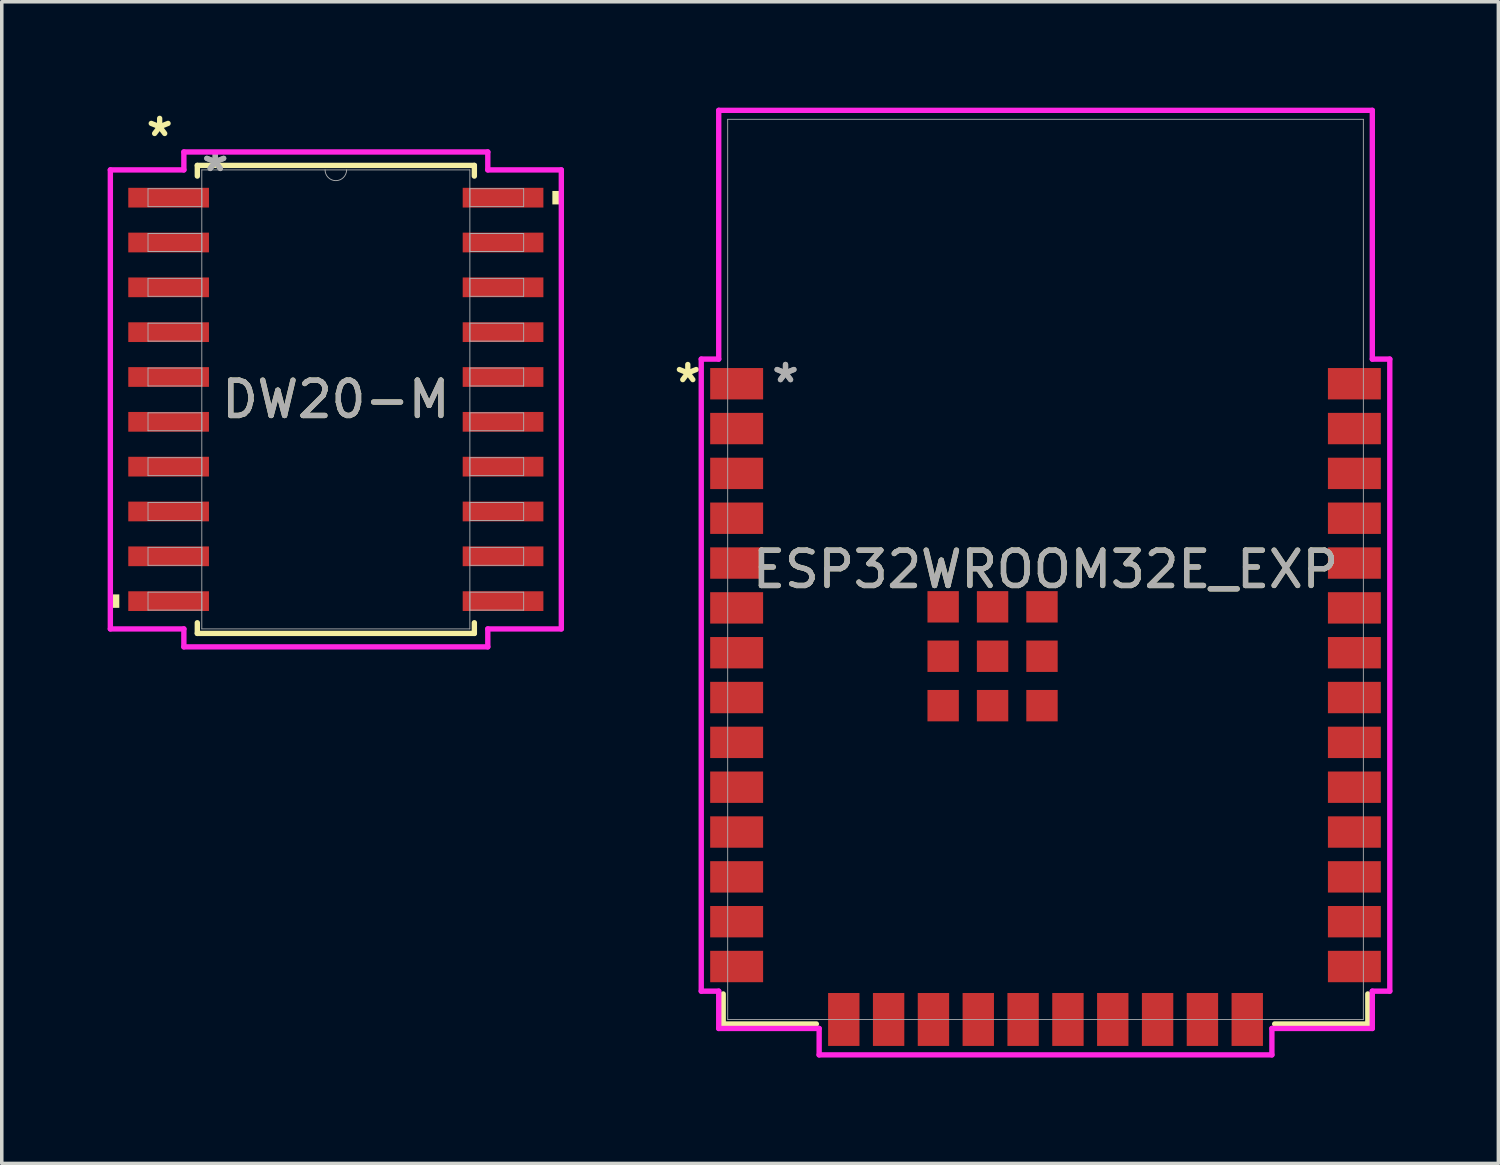
<source format=kicad_pcb>
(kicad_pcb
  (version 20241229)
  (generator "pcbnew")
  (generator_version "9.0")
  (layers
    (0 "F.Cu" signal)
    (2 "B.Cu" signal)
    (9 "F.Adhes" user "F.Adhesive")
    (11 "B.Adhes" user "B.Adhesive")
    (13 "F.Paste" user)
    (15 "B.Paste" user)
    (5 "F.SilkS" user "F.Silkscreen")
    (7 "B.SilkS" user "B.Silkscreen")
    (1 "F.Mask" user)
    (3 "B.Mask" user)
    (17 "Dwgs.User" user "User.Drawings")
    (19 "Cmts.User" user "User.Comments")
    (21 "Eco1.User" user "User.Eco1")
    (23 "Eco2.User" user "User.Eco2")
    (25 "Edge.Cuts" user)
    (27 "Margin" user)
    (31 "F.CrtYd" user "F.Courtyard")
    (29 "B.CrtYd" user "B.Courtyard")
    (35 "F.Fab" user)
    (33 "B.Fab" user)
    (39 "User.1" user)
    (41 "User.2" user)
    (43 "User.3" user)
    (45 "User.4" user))
  (footprint "DW20-M"
    (layer "F.Cu")
    (at 6.464 8.265)
    (property "Reference" "DW20-M" (at 0 0 0) (unlocked yes) (layer "F.SilkS") (effects (font (size 1 1) (thickness 0.15))))
    (attr smd)
    (fp_line (start -3.924 -6.629) (end -3.924 -6.327) (stroke (width 0.152) (type solid)) (layer "F.SilkS"))
    (fp_line (start -3.924 6.327) (end -3.924 6.629) (stroke (width 0.152) (type solid)) (layer "F.SilkS"))
    (fp_line (start -3.924 6.629) (end 3.924 6.629) (stroke (width 0.152) (type solid)) (layer "F.SilkS"))
    (fp_line (start 3.924 -6.629) (end -3.924 -6.629) (stroke (width 0.152) (type solid)) (layer "F.SilkS"))
    (fp_line (start 3.924 -6.327) (end 3.924 -6.629) (stroke (width 0.152) (type solid)) (layer "F.SilkS"))
    (fp_line (start 3.924 6.629) (end 3.924 6.327) (stroke (width 0.152) (type solid)) (layer "F.SilkS"))
    (fp_poly (pts (xy -6.388 5.524) (xy -6.388 5.905) (xy -6.134 5.905) (xy -6.134 5.524)) (stroke (width 0) (type solid)) (fill yes) (layer "F.SilkS"))
    (fp_poly (pts (xy 6.388 -5.905) (xy 6.388 -5.524) (xy 6.134 -5.524) (xy 6.134 -5.905)) (stroke (width 0) (type solid)) (fill yes) (layer "F.SilkS"))
    (fp_line (start -6.388 -6.502) (end -4.305 -6.502) (stroke (width 0.152) (type solid)) (layer "F.CrtYd"))
    (fp_line (start -6.388 6.502) (end -6.388 -6.502) (stroke (width 0.152) (type solid)) (layer "F.CrtYd"))
    (fp_line (start -6.388 6.502) (end -4.305 6.502) (stroke (width 0.152) (type solid)) (layer "F.CrtYd"))
    (fp_line (start -4.305 -7.01) (end 4.305 -7.01) (stroke (width 0.152) (type solid)) (layer "F.CrtYd"))
    (fp_line (start -4.305 -6.502) (end -4.305 -7.01) (stroke (width 0.152) (type solid)) (layer "F.CrtYd"))
    (fp_line (start -4.305 7.01) (end -4.305 6.502) (stroke (width 0.152) (type solid)) (layer "F.CrtYd"))
    (fp_line (start 4.305 -7.01) (end 4.305 -6.502) (stroke (width 0.152) (type solid)) (layer "F.CrtYd"))
    (fp_line (start 4.305 6.502) (end 4.305 7.01) (stroke (width 0.152) (type solid)) (layer "F.CrtYd"))
    (fp_line (start 4.305 7.01) (end -4.305 7.01) (stroke (width 0.152) (type solid)) (layer "F.CrtYd"))
    (fp_line (start 6.388 -6.502) (end 4.305 -6.502) (stroke (width 0.152) (type solid)) (layer "F.CrtYd"))
    (fp_line (start 6.388 -6.502) (end 6.388 6.502) (stroke (width 0.152) (type solid)) (layer "F.CrtYd"))
    (fp_line (start 6.388 6.502) (end 4.305 6.502) (stroke (width 0.152) (type solid)) (layer "F.CrtYd"))
    (fp_line (start -5.321 -5.969) (end -5.321 -5.461) (stroke (width 0.025) (type solid)) (layer "F.Fab"))
    (fp_line (start -5.321 -5.461) (end -3.797 -5.461) (stroke (width 0.025) (type solid)) (layer "F.Fab"))
    (fp_line (start -5.321 -4.699) (end -5.321 -4.191) (stroke (width 0.025) (type solid)) (layer "F.Fab"))
    (fp_line (start -5.321 -4.191) (end -3.797 -4.191) (stroke (width 0.025) (type solid)) (layer "F.Fab"))
    (fp_line (start -5.321 -3.429) (end -5.321 -2.921) (stroke (width 0.025) (type solid)) (layer "F.Fab"))
    (fp_line (start -5.321 -2.921) (end -3.797 -2.921) (stroke (width 0.025) (type solid)) (layer "F.Fab"))
    (fp_line (start -5.321 -2.159) (end -5.321 -1.651) (stroke (width 0.025) (type solid)) (layer "F.Fab"))
    (fp_line (start -5.321 -1.651) (end -3.797 -1.651) (stroke (width 0.025) (type solid)) (layer "F.Fab"))
    (fp_line (start -5.321 -0.889) (end -5.321 -0.381) (stroke (width 0.025) (type solid)) (layer "F.Fab"))
    (fp_line (start -5.321 -0.381) (end -3.797 -0.381) (stroke (width 0.025) (type solid)) (layer "F.Fab"))
    (fp_line (start -5.321 0.381) (end -5.321 0.889) (stroke (width 0.025) (type solid)) (layer "F.Fab"))
    (fp_line (start -5.321 0.889) (end -3.797 0.889) (stroke (width 0.025) (type solid)) (layer "F.Fab"))
    (fp_line (start -5.321 1.651) (end -5.321 2.159) (stroke (width 0.025) (type solid)) (layer "F.Fab"))
    (fp_line (start -5.321 2.159) (end -3.797 2.159) (stroke (width 0.025) (type solid)) (layer "F.Fab"))
    (fp_line (start -5.321 2.921) (end -5.321 3.429) (stroke (width 0.025) (type solid)) (layer "F.Fab"))
    (fp_line (start -5.321 3.429) (end -3.797 3.429) (stroke (width 0.025) (type solid)) (layer "F.Fab"))
    (fp_line (start -5.321 4.191) (end -5.321 4.699) (stroke (width 0.025) (type solid)) (layer "F.Fab"))
    (fp_line (start -5.321 4.699) (end -3.797 4.699) (stroke (width 0.025) (type solid)) (layer "F.Fab"))
    (fp_line (start -5.321 5.461) (end -5.321 5.969) (stroke (width 0.025) (type solid)) (layer "F.Fab"))
    (fp_line (start -5.321 5.969) (end -3.797 5.969) (stroke (width 0.025) (type solid)) (layer "F.Fab"))
    (fp_line (start -3.797 -6.502) (end -3.797 6.502) (stroke (width 0.025) (type solid)) (layer "F.Fab"))
    (fp_line (start -3.797 -5.969) (end -5.321 -5.969) (stroke (width 0.025) (type solid)) (layer "F.Fab"))
    (fp_line (start -3.797 -5.461) (end -3.797 -5.969) (stroke (width 0.025) (type solid)) (layer "F.Fab"))
    (fp_line (start -3.797 -4.699) (end -5.321 -4.699) (stroke (width 0.025) (type solid)) (layer "F.Fab"))
    (fp_line (start -3.797 -4.191) (end -3.797 -4.699) (stroke (width 0.025) (type solid)) (layer "F.Fab"))
    (fp_line (start -3.797 -3.429) (end -5.321 -3.429) (stroke (width 0.025) (type solid)) (layer "F.Fab"))
    (fp_line (start -3.797 -2.921) (end -3.797 -3.429) (stroke (width 0.025) (type solid)) (layer "F.Fab"))
    (fp_line (start -3.797 -2.159) (end -5.321 -2.159) (stroke (width 0.025) (type solid)) (layer "F.Fab"))
    (fp_line (start -3.797 -1.651) (end -3.797 -2.159) (stroke (width 0.025) (type solid)) (layer "F.Fab"))
    (fp_line (start -3.797 -0.889) (end -5.321 -0.889) (stroke (width 0.025) (type solid)) (layer "F.Fab"))
    (fp_line (start -3.797 -0.381) (end -3.797 -0.889) (stroke (width 0.025) (type solid)) (layer "F.Fab"))
    (fp_line (start -3.797 0.381) (end -5.321 0.381) (stroke (width 0.025) (type solid)) (layer "F.Fab"))
    (fp_line (start -3.797 0.889) (end -3.797 0.381) (stroke (width 0.025) (type solid)) (layer "F.Fab"))
    (fp_line (start -3.797 1.651) (end -5.321 1.651) (stroke (width 0.025) (type solid)) (layer "F.Fab"))
    (fp_line (start -3.797 2.159) (end -3.797 1.651) (stroke (width 0.025) (type solid)) (layer "F.Fab"))
    (fp_line (start -3.797 2.921) (end -5.321 2.921) (stroke (width 0.025) (type solid)) (layer "F.Fab"))
    (fp_line (start -3.797 3.429) (end -3.797 2.921) (stroke (width 0.025) (type solid)) (layer "F.Fab"))
    (fp_line (start -3.797 4.191) (end -5.321 4.191) (stroke (width 0.025) (type solid)) (layer "F.Fab"))
    (fp_line (start -3.797 4.699) (end -3.797 4.191) (stroke (width 0.025) (type solid)) (layer "F.Fab"))
    (fp_line (start -3.797 5.461) (end -5.321 5.461) (stroke (width 0.025) (type solid)) (layer "F.Fab"))
    (fp_line (start -3.797 5.969) (end -3.797 5.461) (stroke (width 0.025) (type solid)) (layer "F.Fab"))
    (fp_line (start -3.797 6.502) (end 3.797 6.502) (stroke (width 0.025) (type solid)) (layer "F.Fab"))
    (fp_line (start 3.797 -6.502) (end -3.797 -6.502) (stroke (width 0.025) (type solid)) (layer "F.Fab"))
    (fp_line (start 3.797 -5.969) (end 3.797 -5.461) (stroke (width 0.025) (type solid)) (layer "F.Fab"))
    (fp_line (start 3.797 -5.461) (end 5.321 -5.461) (stroke (width 0.025) (type solid)) (layer "F.Fab"))
    (fp_line (start 3.797 -4.699) (end 3.797 -4.191) (stroke (width 0.025) (type solid)) (layer "F.Fab"))
    (fp_line (start 3.797 -4.191) (end 5.321 -4.191) (stroke (width 0.025) (type solid)) (layer "F.Fab"))
    (fp_line (start 3.797 -3.429) (end 3.797 -2.921) (stroke (width 0.025) (type solid)) (layer "F.Fab"))
    (fp_line (start 3.797 -2.921) (end 5.321 -2.921) (stroke (width 0.025) (type solid)) (layer "F.Fab"))
    (fp_line (start 3.797 -2.159) (end 3.797 -1.651) (stroke (width 0.025) (type solid)) (layer "F.Fab"))
    (fp_line (start 3.797 -1.651) (end 5.321 -1.651) (stroke (width 0.025) (type solid)) (layer "F.Fab"))
    (fp_line (start 3.797 -0.889) (end 3.797 -0.381) (stroke (width 0.025) (type solid)) (layer "F.Fab"))
    (fp_line (start 3.797 -0.381) (end 5.321 -0.381) (stroke (width 0.025) (type solid)) (layer "F.Fab"))
    (fp_line (start 3.797 0.381) (end 3.797 0.889) (stroke (width 0.025) (type solid)) (layer "F.Fab"))
    (fp_line (start 3.797 0.889) (end 5.321 0.889) (stroke (width 0.025) (type solid)) (layer "F.Fab"))
    (fp_line (start 3.797 1.651) (end 3.797 2.159) (stroke (width 0.025) (type solid)) (layer "F.Fab"))
    (fp_line (start 3.797 2.159) (end 5.321 2.159) (stroke (width 0.025) (type solid)) (layer "F.Fab"))
    (fp_line (start 3.797 2.921) (end 3.797 3.429) (stroke (width 0.025) (type solid)) (layer "F.Fab"))
    (fp_line (start 3.797 3.429) (end 5.321 3.429) (stroke (width 0.025) (type solid)) (layer "F.Fab"))
    (fp_line (start 3.797 4.191) (end 3.797 4.699) (stroke (width 0.025) (type solid)) (layer "F.Fab"))
    (fp_line (start 3.797 4.699) (end 5.321 4.699) (stroke (width 0.025) (type solid)) (layer "F.Fab"))
    (fp_line (start 3.797 5.461) (end 3.797 5.969) (stroke (width 0.025) (type solid)) (layer "F.Fab"))
    (fp_line (start 3.797 5.969) (end 5.321 5.969) (stroke (width 0.025) (type solid)) (layer "F.Fab"))
    (fp_line (start 3.797 6.502) (end 3.797 -6.502) (stroke (width 0.025) (type solid)) (layer "F.Fab"))
    (fp_line (start 5.321 -5.969) (end 3.797 -5.969) (stroke (width 0.025) (type solid)) (layer "F.Fab"))
    (fp_line (start 5.321 -5.461) (end 5.321 -5.969) (stroke (width 0.025) (type solid)) (layer "F.Fab"))
    (fp_line (start 5.321 -4.699) (end 3.797 -4.699) (stroke (width 0.025) (type solid)) (layer "F.Fab"))
    (fp_line (start 5.321 -4.191) (end 5.321 -4.699) (stroke (width 0.025) (type solid)) (layer "F.Fab"))
    (fp_line (start 5.321 -3.429) (end 3.797 -3.429) (stroke (width 0.025) (type solid)) (layer "F.Fab"))
    (fp_line (start 5.321 -2.921) (end 5.321 -3.429) (stroke (width 0.025) (type solid)) (layer "F.Fab"))
    (fp_line (start 5.321 -2.159) (end 3.797 -2.159) (stroke (width 0.025) (type solid)) (layer "F.Fab"))
    (fp_line (start 5.321 -1.651) (end 5.321 -2.159) (stroke (width 0.025) (type solid)) (layer "F.Fab"))
    (fp_line (start 5.321 -0.889) (end 3.797 -0.889) (stroke (width 0.025) (type solid)) (layer "F.Fab"))
    (fp_line (start 5.321 -0.381) (end 5.321 -0.889) (stroke (width 0.025) (type solid)) (layer "F.Fab"))
    (fp_line (start 5.321 0.381) (end 3.797 0.381) (stroke (width 0.025) (type solid)) (layer "F.Fab"))
    (fp_line (start 5.321 0.889) (end 5.321 0.381) (stroke (width 0.025) (type solid)) (layer "F.Fab"))
    (fp_line (start 5.321 1.651) (end 3.797 1.651) (stroke (width 0.025) (type solid)) (layer "F.Fab"))
    (fp_line (start 5.321 2.159) (end 5.321 1.651) (stroke (width 0.025) (type solid)) (layer "F.Fab"))
    (fp_line (start 5.321 2.921) (end 3.797 2.921) (stroke (width 0.025) (type solid)) (layer "F.Fab"))
    (fp_line (start 5.321 3.429) (end 5.321 2.921) (stroke (width 0.025) (type solid)) (layer "F.Fab"))
    (fp_line (start 5.321 4.191) (end 3.797 4.191) (stroke (width 0.025) (type solid)) (layer "F.Fab"))
    (fp_line (start 5.321 4.699) (end 5.321 4.191) (stroke (width 0.025) (type solid)) (layer "F.Fab"))
    (fp_line (start 5.321 5.461) (end 3.797 5.461) (stroke (width 0.025) (type solid)) (layer "F.Fab"))
    (fp_line (start 5.321 5.969) (end 5.321 5.461) (stroke (width 0.025) (type solid)) (layer "F.Fab"))
    (fp_arc (start 0.3048 -6.5024) (mid 0 -6.1976) (end -0.3048 -6.5024) (stroke (width 0.0254) (type solid)) (layer "F.Fab"))
    (fp_text user "*" (at -4.991 -7.417 0) (unlocked yes) (layer "F.SilkS") (effects (font (size 1 1) (thickness 0.15))))
    (fp_text user "${REFERENCE}" (at 0 0 0) (unlocked yes) (layer "F.Fab") (effects (font (size 1 1) (thickness 0.15))))
    (fp_text user "*" (at -3.416 -6.426 0) (unlocked yes) (layer "F.Fab") (effects (font (size 1 1) (thickness 0.15))))
    (fp_text user "*" (at -3.416 -6.426 0) (layer "F.Fab") (effects (font (size 1 1) (thickness 0.15))))
    (pad "1" smd rect (at -4.737 -5.715) (size 2.286 0.559) (layers "F.Cu" "F.Mask" "F.Paste"))
    (pad "2" smd rect (at -4.737 -4.445) (size 2.286 0.559) (layers "F.Cu" "F.Mask" "F.Paste"))
    (pad "3" smd rect (at -4.737 -3.175) (size 2.286 0.559) (layers "F.Cu" "F.Mask" "F.Paste"))
    (pad "4" smd rect (at -4.737 -1.905) (size 2.286 0.559) (layers "F.Cu" "F.Mask" "F.Paste"))
    (pad "5" smd rect (at -4.737 -0.635) (size 2.286 0.559) (layers "F.Cu" "F.Mask" "F.Paste"))
    (pad "6" smd rect (at -4.737 0.635) (size 2.286 0.559) (layers "F.Cu" "F.Mask" "F.Paste"))
    (pad "7" smd rect (at -4.737 1.905) (size 2.286 0.559) (layers "F.Cu" "F.Mask" "F.Paste"))
    (pad "8" smd rect (at -4.737 3.175) (size 2.286 0.559) (layers "F.Cu" "F.Mask" "F.Paste"))
    (pad "9" smd rect (at -4.737 4.445) (size 2.286 0.559) (layers "F.Cu" "F.Mask" "F.Paste"))
    (pad "10" smd rect (at -4.737 5.715) (size 2.286 0.559) (layers "F.Cu" "F.Mask" "F.Paste"))
    (pad "11" smd rect (at 4.737 5.715) (size 2.286 0.559) (layers "F.Cu" "F.Mask" "F.Paste"))
    (pad "12" smd rect (at 4.737 4.445) (size 2.286 0.559) (layers "F.Cu" "F.Mask" "F.Paste"))
    (pad "13" smd rect (at 4.737 3.175) (size 2.286 0.559) (layers "F.Cu" "F.Mask" "F.Paste"))
    (pad "14" smd rect (at 4.737 1.905) (size 2.286 0.559) (layers "F.Cu" "F.Mask" "F.Paste"))
    (pad "15" smd rect (at 4.737 0.635) (size 2.286 0.559) (layers "F.Cu" "F.Mask" "F.Paste"))
    (pad "16" smd rect (at 4.737 -0.635) (size 2.286 0.559) (layers "F.Cu" "F.Mask" "F.Paste"))
    (pad "17" smd rect (at 4.737 -1.905) (size 2.286 0.559) (layers "F.Cu" "F.Mask" "F.Paste"))
    (pad "18" smd rect (at 4.737 -3.175) (size 2.286 0.559) (layers "F.Cu" "F.Mask" "F.Paste"))
    (pad "19" smd rect (at 4.737 -4.445) (size 2.286 0.559) (layers "F.Cu" "F.Mask" "F.Paste"))
    (pad "20" smd rect (at 4.737 -5.715) (size 2.286 0.559) (layers "F.Cu" "F.Mask" "F.Paste")))
  (footprint "ESP32­WROOM­32E_EXP"
    (layer "F.Cu")
    (at 26.569 13.081)
    (property "Reference" "ESP32­WROOM­32E_EXP" (at 0 0 0) (unlocked yes) (layer "F.SilkS") (effects (font (size 1 1) (thickness 0.15))))
    (attr smd)
    (fp_line (start -9.131 12.878) (end -9.131 12.027) (stroke (width 0.152) (type solid)) (layer "F.SilkS"))
    (fp_line (start -6.492 12.878) (end -9.131 12.878) (stroke (width 0.152) (type solid)) (layer "F.SilkS"))
    (fp_line (start 9.131 12.027) (end 9.131 12.878) (stroke (width 0.152) (type solid)) (layer "F.SilkS"))
    (fp_line (start 9.131 12.878) (end 6.492 12.878) (stroke (width 0.152) (type solid)) (layer "F.SilkS"))
    (fp_poly (pts (xy -9.004 -12.751) (xy -9.004 -6.553) (xy 9.004 -6.553) (xy 9.004 -12.751)) (stroke (width 0.1) (type solid)) (fill no) (layer "Eco2.User"))
    (fp_line (start -9.753 -5.958) (end -9.753 11.948) (stroke (width 0.152) (type solid)) (layer "F.CrtYd"))
    (fp_line (start -9.753 11.948) (end -9.258 11.948) (stroke (width 0.152) (type solid)) (layer "F.CrtYd"))
    (fp_line (start -9.258 -13.005) (end -9.258 -5.958) (stroke (width 0.152) (type solid)) (layer "F.CrtYd"))
    (fp_line (start -9.258 -5.958) (end -9.753 -5.958) (stroke (width 0.152) (type solid)) (layer "F.CrtYd"))
    (fp_line (start -9.258 11.948) (end -9.258 13.005) (stroke (width 0.152) (type solid)) (layer "F.CrtYd"))
    (fp_line (start -9.258 13.005) (end -6.413 13.005) (stroke (width 0.152) (type solid)) (layer "F.CrtYd"))
    (fp_line (start -6.413 13.005) (end -6.413 13.753) (stroke (width 0.152) (type solid)) (layer "F.CrtYd"))
    (fp_line (start -6.413 13.753) (end 6.413 13.753) (stroke (width 0.152) (type solid)) (layer "F.CrtYd"))
    (fp_line (start 6.413 13.005) (end 9.258 13.005) (stroke (width 0.152) (type solid)) (layer "F.CrtYd"))
    (fp_line (start 6.413 13.753) (end 6.413 13.005) (stroke (width 0.152) (type solid)) (layer "F.CrtYd"))
    (fp_line (start 9.258 -13.005) (end -9.258 -13.005) (stroke (width 0.152) (type solid)) (layer "F.CrtYd"))
    (fp_line (start 9.258 -5.958) (end 9.258 -13.005) (stroke (width 0.152) (type solid)) (layer "F.CrtYd"))
    (fp_line (start 9.258 11.948) (end 9.753 11.948) (stroke (width 0.152) (type solid)) (layer "F.CrtYd"))
    (fp_line (start 9.258 13.005) (end 9.258 11.948) (stroke (width 0.152) (type solid)) (layer "F.CrtYd"))
    (fp_line (start 9.753 -5.958) (end 9.258 -5.958) (stroke (width 0.152) (type solid)) (layer "F.CrtYd"))
    (fp_line (start 9.753 11.948) (end 9.753 -5.958) (stroke (width 0.152) (type solid)) (layer "F.CrtYd"))
    (fp_line (start -9.004 -12.751) (end -9.004 12.751) (stroke (width 0.025) (type solid)) (layer "F.Fab"))
    (fp_line (start -9.004 12.751) (end 9.004 12.751) (stroke (width 0.025) (type solid)) (layer "F.Fab"))
    (fp_line (start 9.004 -12.751) (end -9.004 -12.751) (stroke (width 0.025) (type solid)) (layer "F.Fab"))
    (fp_line (start 9.004 12.751) (end 9.004 -12.751) (stroke (width 0.025) (type solid)) (layer "F.Fab"))
    (fp_text user "*" (at -10.134 -5.26 0) (layer "F.SilkS") (effects (font (size 1 1) (thickness 0.15))))
    (fp_text user "${REFERENCE}" (at 0 0 0) (unlocked yes) (layer "F.Fab") (effects (font (size 1 1) (thickness 0.15))))
    (fp_text user "*" (at -7.366 -5.26 0) (unlocked yes) (layer "F.Fab") (effects (font (size 1 1) (thickness 0.15))))
    (fp_text user "*" (at -7.366 -5.26 0) (layer "F.Fab") (effects (font (size 1 1) (thickness 0.15))))
    (pad "1" smd rect (at -8.75 -5.26) (size 1.499 0.889) (layers "F.Cu" "F.Mask" "F.Paste"))
    (pad "2" smd rect (at -8.75 -3.99) (size 1.499 0.889) (layers "F.Cu" "F.Mask" "F.Paste"))
    (pad "3" smd rect (at -8.75 -2.72) (size 1.499 0.889) (layers "F.Cu" "F.Mask" "F.Paste"))
    (pad "4" smd rect (at -8.75 -1.45) (size 1.499 0.889) (layers "F.Cu" "F.Mask" "F.Paste"))
    (pad "5" smd rect (at -8.75 -0.18) (size 1.499 0.889) (layers "F.Cu" "F.Mask" "F.Paste"))
    (pad "6" smd rect (at -8.75 1.09) (size 1.499 0.889) (layers "F.Cu" "F.Mask" "F.Paste"))
    (pad "7" smd rect (at -8.75 2.36) (size 1.499 0.889) (layers "F.Cu" "F.Mask" "F.Paste"))
    (pad "8" smd rect (at -8.75 3.63) (size 1.499 0.889) (layers "F.Cu" "F.Mask" "F.Paste"))
    (pad "9" smd rect (at -8.75 4.9) (size 1.499 0.889) (layers "F.Cu" "F.Mask" "F.Paste"))
    (pad "10" smd rect (at -8.75 6.17) (size 1.499 0.889) (layers "F.Cu" "F.Mask" "F.Paste"))
    (pad "11" smd rect (at -8.75 7.44) (size 1.499 0.889) (layers "F.Cu" "F.Mask" "F.Paste"))
    (pad "12" smd rect (at -8.75 8.71) (size 1.499 0.889) (layers "F.Cu" "F.Mask" "F.Paste"))
    (pad "13" smd rect (at -8.75 9.98) (size 1.499 0.889) (layers "F.Cu" "F.Mask" "F.Paste"))
    (pad "14" smd rect (at -8.75 11.25) (size 1.499 0.889) (layers "F.Cu" "F.Mask" "F.Paste"))
    (pad "15" smd rect (at -5.715 12.75 90) (size 1.499 0.889) (layers "F.Cu" "F.Mask" "F.Paste"))
    (pad "16" smd rect (at -4.445 12.75 90) (size 1.499 0.889) (layers "F.Cu" "F.Mask" "F.Paste"))
    (pad "17" smd rect (at -3.175 12.75 90) (size 1.499 0.889) (layers "F.Cu" "F.Mask" "F.Paste"))
    (pad "18" smd rect (at -1.905 12.75 90) (size 1.499 0.889) (layers "F.Cu" "F.Mask" "F.Paste"))
    (pad "19" smd rect (at -0.635 12.75 90) (size 1.499 0.889) (layers "F.Cu" "F.Mask" "F.Paste"))
    (pad "20" smd rect (at 0.635 12.75 90) (size 1.499 0.889) (layers "F.Cu" "F.Mask" "F.Paste"))
    (pad "21" smd rect (at 1.905 12.75 90) (size 1.499 0.889) (layers "F.Cu" "F.Mask" "F.Paste"))
    (pad "22" smd rect (at 3.175 12.75 90) (size 1.499 0.889) (layers "F.Cu" "F.Mask" "F.Paste"))
    (pad "23" smd rect (at 4.445 12.75 90) (size 1.499 0.889) (layers "F.Cu" "F.Mask" "F.Paste"))
    (pad "24" smd rect (at 5.715 12.75 90) (size 1.499 0.889) (layers "F.Cu" "F.Mask" "F.Paste"))
    (pad "25" smd rect (at 8.75 11.25) (size 1.499 0.889) (layers "F.Cu" "F.Mask" "F.Paste"))
    (pad "26" smd rect (at 8.75 9.98) (size 1.499 0.889) (layers "F.Cu" "F.Mask" "F.Paste"))
    (pad "27" smd rect (at 8.75 8.71) (size 1.499 0.889) (layers "F.Cu" "F.Mask" "F.Paste"))
    (pad "28" smd rect (at 8.75 7.44) (size 1.499 0.889) (layers "F.Cu" "F.Mask" "F.Paste"))
    (pad "29" smd rect (at 8.75 6.17) (size 1.499 0.889) (layers "F.Cu" "F.Mask" "F.Paste"))
    (pad "30" smd rect (at 8.75 4.9) (size 1.499 0.889) (layers "F.Cu" "F.Mask" "F.Paste"))
    (pad "31" smd rect (at 8.75 3.63) (size 1.499 0.889) (layers "F.Cu" "F.Mask" "F.Paste"))
    (pad "32" smd rect (at 8.75 2.36) (size 1.499 0.889) (layers "F.Cu" "F.Mask" "F.Paste"))
    (pad "33" smd rect (at 8.75 1.09) (size 1.499 0.889) (layers "F.Cu" "F.Mask" "F.Paste"))
    (pad "34" smd rect (at 8.75 -0.18) (size 1.499 0.889) (layers "F.Cu" "F.Mask" "F.Paste"))
    (pad "35" smd rect (at 8.75 -1.45) (size 1.499 0.889) (layers "F.Cu" "F.Mask" "F.Paste"))
    (pad "36" smd rect (at 8.75 -2.72) (size 1.499 0.889) (layers "F.Cu" "F.Mask" "F.Paste"))
    (pad "37" smd rect (at 8.75 -3.99) (size 1.499 0.889) (layers "F.Cu" "F.Mask" "F.Paste"))
    (pad "38" smd rect (at 8.75 -5.26) (size 1.499 0.889) (layers "F.Cu" "F.Mask" "F.Paste"))
    (pad "39" smd rect (at -1.5 2.46) (size 0.889 0.889) (layers "F.Cu" "F.Mask" "F.Paste"))
    (pad "40" smd rect (at -2.9 1.06) (size 0.889 0.889) (layers "F.Cu" "F.Mask" "F.Paste"))
    (pad "41" smd rect (at -2.9 2.46) (size 0.889 0.889) (layers "F.Cu" "F.Mask" "F.Paste"))
    (pad "42" smd rect (at -2.9 3.86) (size 0.889 0.889) (layers "F.Cu" "F.Mask" "F.Paste"))
    (pad "43" smd rect (at -1.5 3.86) (size 0.889 0.889) (layers "F.Cu" "F.Mask" "F.Paste"))
    (pad "44" smd rect (at -0.1 3.86) (size 0.889 0.889) (layers "F.Cu" "F.Mask" "F.Paste"))
    (pad "45" smd rect (at -0.1 2.46) (size 0.889 0.889) (layers "F.Cu" "F.Mask" "F.Paste"))
    (pad "46" smd rect (at -0.1 1.06) (size 0.889 0.889) (layers "F.Cu" "F.Mask" "F.Paste"))
    (pad "47" smd rect (at -1.5 1.06) (size 0.889 0.889) (layers "F.Cu" "F.Mask" "F.Paste")))
  (gr_rect
    (start -3 -3)
    (end 39.398 29.91)
    (stroke (width 0.1) (type default))
    (fill no)
    (layer "Edge.Cuts")))
</source>
